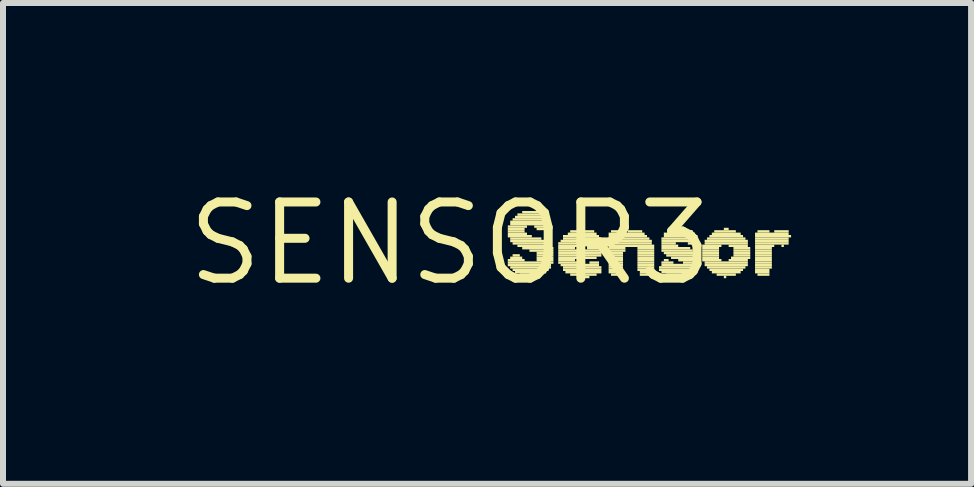
<source format=kicad_pcb>
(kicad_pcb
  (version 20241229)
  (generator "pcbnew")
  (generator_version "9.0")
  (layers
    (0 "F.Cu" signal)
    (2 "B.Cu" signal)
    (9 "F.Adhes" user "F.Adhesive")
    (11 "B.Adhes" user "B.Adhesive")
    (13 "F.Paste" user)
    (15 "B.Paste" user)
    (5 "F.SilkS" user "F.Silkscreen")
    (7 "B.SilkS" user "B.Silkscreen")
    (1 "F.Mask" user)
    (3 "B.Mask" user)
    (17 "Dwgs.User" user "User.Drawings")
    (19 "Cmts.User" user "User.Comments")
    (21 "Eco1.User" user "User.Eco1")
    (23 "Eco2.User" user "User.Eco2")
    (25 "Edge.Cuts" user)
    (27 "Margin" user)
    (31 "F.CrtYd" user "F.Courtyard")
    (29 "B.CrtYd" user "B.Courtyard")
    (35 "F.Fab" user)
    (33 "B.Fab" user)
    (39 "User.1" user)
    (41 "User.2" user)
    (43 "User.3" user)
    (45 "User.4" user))
  (footprint "SENSOR3"
    (layer "F.Cu")
    (at 4.452 1.006)
    (property "Reference" "SENSOR3" (at 0 0 0) (layer "F.SilkS") (effects (font (size 1.27 1.27) (thickness 0.15))))
    (fp_poly (pts (xy 0.96 -0.26) (xy 1.28 -0.26) (xy 1.28 -0.3) (xy 0.96 -0.3)) (stroke (width 0) (type default)) (fill yes) (layer "F.SilkS"))
    (fp_poly (pts (xy 0.96 -0.22) (xy 1.24 -0.22) (xy 1.24 -0.26) (xy 0.96 -0.26)) (stroke (width 0) (type default)) (fill yes) (layer "F.SilkS"))
    (fp_poly (pts (xy 0.96 -0.18) (xy 1.24 -0.18) (xy 1.24 -0.22) (xy 0.96 -0.22)) (stroke (width 0) (type default)) (fill yes) (layer "F.SilkS"))
    (fp_poly (pts (xy 0.96 -0.14) (xy 1.28 -0.14) (xy 1.28 -0.18) (xy 0.96 -0.18)) (stroke (width 0) (type default)) (fill yes) (layer "F.SilkS"))
    (fp_poly (pts (xy 0.96 -0.1) (xy 1.36 -0.1) (xy 1.36 -0.14) (xy 0.96 -0.14)) (stroke (width 0) (type default)) (fill yes) (layer "F.SilkS"))
    (fp_poly (pts (xy 0.96 0.3) (xy 1.24 0.3) (xy 1.24 0.26) (xy 0.96 0.26)) (stroke (width 0) (type default)) (fill yes) (layer "F.SilkS"))
    (fp_poly (pts (xy 0.96 0.34) (xy 1.72 0.34) (xy 1.72 0.3) (xy 0.96 0.3)) (stroke (width 0) (type default)) (fill yes) (layer "F.SilkS"))
    (fp_poly (pts (xy 0.96 0.38) (xy 1.68 0.38) (xy 1.68 0.34) (xy 0.96 0.34)) (stroke (width 0) (type default)) (fill yes) (layer "F.SilkS"))
    (fp_poly (pts (xy 1 -0.34) (xy 1.68 -0.34) (xy 1.68 -0.38) (xy 1 -0.38)) (stroke (width 0) (type default)) (fill yes) (layer "F.SilkS"))
    (fp_poly (pts (xy 1 -0.3) (xy 1.64 -0.3) (xy 1.64 -0.34) (xy 1 -0.34)) (stroke (width 0) (type default)) (fill yes) (layer "F.SilkS"))
    (fp_poly (pts (xy 1 -0.06) (xy 1.52 -0.06) (xy 1.52 -0.1) (xy 1 -0.1)) (stroke (width 0) (type default)) (fill yes) (layer "F.SilkS"))
    (fp_poly (pts (xy 1 -0.02) (xy 1.6 -0.02) (xy 1.6 -0.06) (xy 1 -0.06)) (stroke (width 0) (type default)) (fill yes) (layer "F.SilkS"))
    (fp_poly (pts (xy 1 0.26) (xy 1.2 0.26) (xy 1.2 0.22) (xy 1 0.22)) (stroke (width 0) (type default)) (fill yes) (layer "F.SilkS"))
    (fp_poly (pts (xy 1 0.42) (xy 1.68 0.42) (xy 1.68 0.38) (xy 1 0.38)) (stroke (width 0) (type default)) (fill yes) (layer "F.SilkS"))
    (fp_poly (pts (xy 1.04 -0.38) (xy 1.64 -0.38) (xy 1.64 -0.42) (xy 1.04 -0.42)) (stroke (width 0) (type default)) (fill yes) (layer "F.SilkS"))
    (fp_poly (pts (xy 1.04 0.02) (xy 1.68 0.02) (xy 1.68 -0.02) (xy 1.04 -0.02)) (stroke (width 0) (type default)) (fill yes) (layer "F.SilkS"))
    (fp_poly (pts (xy 1.04 0.22) (xy 1.16 0.22) (xy 1.16 0.18) (xy 1.04 0.18)) (stroke (width 0) (type default)) (fill yes) (layer "F.SilkS"))
    (fp_poly (pts (xy 1.04 0.46) (xy 1.64 0.46) (xy 1.64 0.42) (xy 1.04 0.42)) (stroke (width 0) (type default)) (fill yes) (layer "F.SilkS"))
    (fp_poly (pts (xy 1.08 -0.42) (xy 1.64 -0.42) (xy 1.64 -0.46) (xy 1.08 -0.46)) (stroke (width 0) (type default)) (fill yes) (layer "F.SilkS"))
    (fp_poly (pts (xy 1.08 0.5) (xy 1.6 0.5) (xy 1.6 0.46) (xy 1.08 0.46)) (stroke (width 0) (type default)) (fill yes) (layer "F.SilkS"))
    (fp_poly (pts (xy 1.12 -0.46) (xy 1.56 -0.46) (xy 1.56 -0.5) (xy 1.12 -0.5)) (stroke (width 0) (type default)) (fill yes) (layer "F.SilkS"))
    (fp_poly (pts (xy 1.12 0.06) (xy 1.68 0.06) (xy 1.68 0.02) (xy 1.12 0.02)) (stroke (width 0) (type default)) (fill yes) (layer "F.SilkS"))
    (fp_poly (pts (xy 1.16 0.54) (xy 1.52 0.54) (xy 1.52 0.5) (xy 1.16 0.5)) (stroke (width 0) (type default)) (fill yes) (layer "F.SilkS"))
    (fp_poly (pts (xy 1.2 -0.5) (xy 1.48 -0.5) (xy 1.48 -0.54) (xy 1.2 -0.54)) (stroke (width 0) (type default)) (fill yes) (layer "F.SilkS"))
    (fp_poly (pts (xy 1.2 0.1) (xy 1.72 0.1) (xy 1.72 0.06) (xy 1.2 0.06)) (stroke (width 0) (type default)) (fill yes) (layer "F.SilkS"))
    (fp_poly (pts (xy 1.32 0.14) (xy 1.72 0.14) (xy 1.72 0.1) (xy 1.32 0.1)) (stroke (width 0) (type default)) (fill yes) (layer "F.SilkS"))
    (fp_poly (pts (xy 1.32 0.58) (xy 1.36 0.58) (xy 1.36 0.54) (xy 1.32 0.54)) (stroke (width 0) (type default)) (fill yes) (layer "F.SilkS"))
    (fp_poly (pts (xy 1.4 -0.26) (xy 1.64 -0.26) (xy 1.64 -0.3) (xy 1.4 -0.3)) (stroke (width 0) (type default)) (fill yes) (layer "F.SilkS"))
    (fp_poly (pts (xy 1.44 -0.22) (xy 1.6 -0.22) (xy 1.6 -0.26) (xy 1.44 -0.26)) (stroke (width 0) (type default)) (fill yes) (layer "F.SilkS"))
    (fp_poly (pts (xy 1.44 0.18) (xy 1.72 0.18) (xy 1.72 0.14) (xy 1.44 0.14)) (stroke (width 0) (type default)) (fill yes) (layer "F.SilkS"))
    (fp_poly (pts (xy 1.44 0.22) (xy 1.72 0.22) (xy 1.72 0.18) (xy 1.44 0.18)) (stroke (width 0) (type default)) (fill yes) (layer "F.SilkS"))
    (fp_poly (pts (xy 1.44 0.26) (xy 1.72 0.26) (xy 1.72 0.22) (xy 1.44 0.22)) (stroke (width 0) (type default)) (fill yes) (layer "F.SilkS"))
    (fp_poly (pts (xy 1.44 0.3) (xy 1.72 0.3) (xy 1.72 0.26) (xy 1.44 0.26)) (stroke (width 0) (type default)) (fill yes) (layer "F.SilkS"))
    (fp_poly (pts (xy 1.8 0.02) (xy 2.56 0.02) (xy 2.56 -0.02) (xy 1.8 -0.02)) (stroke (width 0) (type default)) (fill yes) (layer "F.SilkS"))
    (fp_poly (pts (xy 1.8 0.06) (xy 2.12 0.06) (xy 2.12 0.02) (xy 1.8 0.02)) (stroke (width 0) (type default)) (fill yes) (layer "F.SilkS"))
    (fp_poly (pts (xy 1.8 0.1) (xy 2.08 0.1) (xy 2.08 0.06) (xy 1.8 0.06)) (stroke (width 0) (type default)) (fill yes) (layer "F.SilkS"))
    (fp_poly (pts (xy 1.8 0.14) (xy 2.56 0.14) (xy 2.56 0.1) (xy 1.8 0.1)) (stroke (width 0) (type default)) (fill yes) (layer "F.SilkS"))
    (fp_poly (pts (xy 1.8 0.18) (xy 2.52 0.18) (xy 2.52 0.14) (xy 1.8 0.14)) (stroke (width 0) (type default)) (fill yes) (layer "F.SilkS"))
    (fp_poly (pts (xy 1.8 0.22) (xy 2.52 0.22) (xy 2.52 0.18) (xy 1.8 0.18)) (stroke (width 0) (type default)) (fill yes) (layer "F.SilkS"))
    (fp_poly (pts (xy 1.8 0.26) (xy 2.44 0.26) (xy 2.44 0.22) (xy 1.8 0.22)) (stroke (width 0) (type default)) (fill yes) (layer "F.SilkS"))
    (fp_poly (pts (xy 1.8 0.3) (xy 2.08 0.3) (xy 2.08 0.26) (xy 1.8 0.26)) (stroke (width 0) (type default)) (fill yes) (layer "F.SilkS"))
    (fp_poly (pts (xy 1.8 0.34) (xy 2.16 0.34) (xy 2.16 0.3) (xy 1.8 0.3)) (stroke (width 0) (type default)) (fill yes) (layer "F.SilkS"))
    (fp_poly (pts (xy 1.84 -0.02) (xy 2.52 -0.02) (xy 2.52 -0.06) (xy 1.84 -0.06)) (stroke (width 0) (type default)) (fill yes) (layer "F.SilkS"))
    (fp_poly (pts (xy 1.84 0.38) (xy 2.48 0.38) (xy 2.48 0.34) (xy 1.84 0.34)) (stroke (width 0) (type default)) (fill yes) (layer "F.SilkS"))
    (fp_poly (pts (xy 1.88 -0.1) (xy 2.48 -0.1) (xy 2.48 -0.14) (xy 1.88 -0.14)) (stroke (width 0) (type default)) (fill yes) (layer "F.SilkS"))
    (fp_poly (pts (xy 1.88 -0.06) (xy 2.52 -0.06) (xy 2.52 -0.1) (xy 1.88 -0.1)) (stroke (width 0) (type default)) (fill yes) (layer "F.SilkS"))
    (fp_poly (pts (xy 1.88 0.42) (xy 2.52 0.42) (xy 2.52 0.38) (xy 1.88 0.38)) (stroke (width 0) (type default)) (fill yes) (layer "F.SilkS"))
    (fp_poly (pts (xy 1.88 0.46) (xy 2.52 0.46) (xy 2.52 0.42) (xy 1.88 0.42)) (stroke (width 0) (type default)) (fill yes) (layer "F.SilkS"))
    (fp_poly (pts (xy 1.92 0.5) (xy 2.52 0.5) (xy 2.52 0.46) (xy 1.92 0.46)) (stroke (width 0) (type default)) (fill yes) (layer "F.SilkS"))
    (fp_poly (pts (xy 1.96 -0.14) (xy 2.44 -0.14) (xy 2.44 -0.18) (xy 1.96 -0.18)) (stroke (width 0) (type default)) (fill yes) (layer "F.SilkS"))
    (fp_poly (pts (xy 2 -0.18) (xy 2.4 -0.18) (xy 2.4 -0.22) (xy 2 -0.22)) (stroke (width 0) (type default)) (fill yes) (layer "F.SilkS"))
    (fp_poly (pts (xy 2 0.54) (xy 2.44 0.54) (xy 2.44 0.5) (xy 2 0.5)) (stroke (width 0) (type default)) (fill yes) (layer "F.SilkS"))
    (fp_poly (pts (xy 2.12 0.58) (xy 2.32 0.58) (xy 2.32 0.54) (xy 2.12 0.54)) (stroke (width 0) (type default)) (fill yes) (layer "F.SilkS"))
    (fp_poly (pts (xy 2.16 -0.22) (xy 2.24 -0.22) (xy 2.24 -0.26) (xy 2.16 -0.26)) (stroke (width 0) (type default)) (fill yes) (layer "F.SilkS"))
    (fp_poly (pts (xy 2.28 0.06) (xy 2.56 0.06) (xy 2.56 0.02) (xy 2.28 0.02)) (stroke (width 0) (type default)) (fill yes) (layer "F.SilkS"))
    (fp_poly (pts (xy 2.28 0.1) (xy 2.56 0.1) (xy 2.56 0.06) (xy 2.28 0.06)) (stroke (width 0) (type default)) (fill yes) (layer "F.SilkS"))
    (fp_poly (pts (xy 2.32 0.34) (xy 2.48 0.34) (xy 2.48 0.3) (xy 2.32 0.3)) (stroke (width 0) (type default)) (fill yes) (layer "F.SilkS"))
    (fp_poly (pts (xy 2.64 -0.14) (xy 3.24 -0.14) (xy 3.24 -0.18) (xy 2.64 -0.18)) (stroke (width 0) (type default)) (fill yes) (layer "F.SilkS"))
    (fp_poly (pts (xy 2.64 -0.1) (xy 3.28 -0.1) (xy 3.28 -0.14) (xy 2.64 -0.14)) (stroke (width 0) (type default)) (fill yes) (layer "F.SilkS"))
    (fp_poly (pts (xy 2.64 -0.06) (xy 3.32 -0.06) (xy 3.32 -0.1) (xy 2.64 -0.1)) (stroke (width 0) (type default)) (fill yes) (layer "F.SilkS"))
    (fp_poly (pts (xy 2.64 -0.02) (xy 3.36 -0.02) (xy 3.36 -0.06) (xy 2.64 -0.06)) (stroke (width 0) (type default)) (fill yes) (layer "F.SilkS"))
    (fp_poly (pts (xy 2.64 0.02) (xy 3.36 0.02) (xy 3.36 -0.02) (xy 2.64 -0.02)) (stroke (width 0) (type default)) (fill yes) (layer "F.SilkS"))
    (fp_poly (pts (xy 2.64 0.06) (xy 3.4 0.06) (xy 3.4 0.02) (xy 2.64 0.02)) (stroke (width 0) (type default)) (fill yes) (layer "F.SilkS"))
    (fp_poly (pts (xy 2.64 0.1) (xy 2.92 0.1) (xy 2.92 0.06) (xy 2.64 0.06)) (stroke (width 0) (type default)) (fill yes) (layer "F.SilkS"))
    (fp_poly (pts (xy 2.64 0.14) (xy 2.92 0.14) (xy 2.92 0.1) (xy 2.64 0.1)) (stroke (width 0) (type default)) (fill yes) (layer "F.SilkS"))
    (fp_poly (pts (xy 2.64 0.18) (xy 2.88 0.18) (xy 2.88 0.14) (xy 2.64 0.14)) (stroke (width 0) (type default)) (fill yes) (layer "F.SilkS"))
    (fp_poly (pts (xy 2.64 0.22) (xy 2.88 0.22) (xy 2.88 0.18) (xy 2.64 0.18)) (stroke (width 0) (type default)) (fill yes) (layer "F.SilkS"))
    (fp_poly (pts (xy 2.64 0.26) (xy 2.88 0.26) (xy 2.88 0.22) (xy 2.64 0.22)) (stroke (width 0) (type default)) (fill yes) (layer "F.SilkS"))
    (fp_poly (pts (xy 2.64 0.3) (xy 2.88 0.3) (xy 2.88 0.26) (xy 2.64 0.26)) (stroke (width 0) (type default)) (fill yes) (layer "F.SilkS"))
    (fp_poly (pts (xy 2.64 0.34) (xy 2.88 0.34) (xy 2.88 0.3) (xy 2.64 0.3)) (stroke (width 0) (type default)) (fill yes) (layer "F.SilkS"))
    (fp_poly (pts (xy 2.64 0.38) (xy 2.88 0.38) (xy 2.88 0.34) (xy 2.64 0.34)) (stroke (width 0) (type default)) (fill yes) (layer "F.SilkS"))
    (fp_poly (pts (xy 2.64 0.42) (xy 2.88 0.42) (xy 2.88 0.38) (xy 2.64 0.38)) (stroke (width 0) (type default)) (fill yes) (layer "F.SilkS"))
    (fp_poly (pts (xy 2.64 0.46) (xy 2.88 0.46) (xy 2.88 0.42) (xy 2.64 0.42)) (stroke (width 0) (type default)) (fill yes) (layer "F.SilkS"))
    (fp_poly (pts (xy 2.64 0.5) (xy 2.88 0.5) (xy 2.88 0.46) (xy 2.64 0.46)) (stroke (width 0) (type default)) (fill yes) (layer "F.SilkS"))
    (fp_poly (pts (xy 2.68 -0.18) (xy 2.88 -0.18) (xy 2.88 -0.22) (xy 2.68 -0.22)) (stroke (width 0) (type default)) (fill yes) (layer "F.SilkS"))
    (fp_poly (pts (xy 2.68 0.54) (xy 2.88 0.54) (xy 2.88 0.5) (xy 2.68 0.5)) (stroke (width 0) (type default)) (fill yes) (layer "F.SilkS"))
    (fp_poly (pts (xy 2.96 -0.18) (xy 3.2 -0.18) (xy 3.2 -0.22) (xy 2.96 -0.22)) (stroke (width 0) (type default)) (fill yes) (layer "F.SilkS"))
    (fp_poly (pts (xy 3.12 0.1) (xy 3.4 0.1) (xy 3.4 0.06) (xy 3.12 0.06)) (stroke (width 0) (type default)) (fill yes) (layer "F.SilkS"))
    (fp_poly (pts (xy 3.12 0.14) (xy 3.4 0.14) (xy 3.4 0.1) (xy 3.12 0.1)) (stroke (width 0) (type default)) (fill yes) (layer "F.SilkS"))
    (fp_poly (pts (xy 3.12 0.18) (xy 3.4 0.18) (xy 3.4 0.14) (xy 3.12 0.14)) (stroke (width 0) (type default)) (fill yes) (layer "F.SilkS"))
    (fp_poly (pts (xy 3.12 0.22) (xy 3.4 0.22) (xy 3.4 0.18) (xy 3.12 0.18)) (stroke (width 0) (type default)) (fill yes) (layer "F.SilkS"))
    (fp_poly (pts (xy 3.12 0.26) (xy 3.4 0.26) (xy 3.4 0.22) (xy 3.12 0.22)) (stroke (width 0) (type default)) (fill yes) (layer "F.SilkS"))
    (fp_poly (pts (xy 3.12 0.3) (xy 3.4 0.3) (xy 3.4 0.26) (xy 3.12 0.26)) (stroke (width 0) (type default)) (fill yes) (layer "F.SilkS"))
    (fp_poly (pts (xy 3.12 0.34) (xy 3.4 0.34) (xy 3.4 0.3) (xy 3.12 0.3)) (stroke (width 0) (type default)) (fill yes) (layer "F.SilkS"))
    (fp_poly (pts (xy 3.12 0.38) (xy 3.4 0.38) (xy 3.4 0.34) (xy 3.12 0.34)) (stroke (width 0) (type default)) (fill yes) (layer "F.SilkS"))
    (fp_poly (pts (xy 3.12 0.42) (xy 3.4 0.42) (xy 3.4 0.38) (xy 3.12 0.38)) (stroke (width 0) (type default)) (fill yes) (layer "F.SilkS"))
    (fp_poly (pts (xy 3.12 0.46) (xy 3.4 0.46) (xy 3.4 0.42) (xy 3.12 0.42)) (stroke (width 0) (type default)) (fill yes) (layer "F.SilkS"))
    (fp_poly (pts (xy 3.16 0.5) (xy 3.4 0.5) (xy 3.4 0.46) (xy 3.16 0.46)) (stroke (width 0) (type default)) (fill yes) (layer "F.SilkS"))
    (fp_poly (pts (xy 3.16 0.54) (xy 3.36 0.54) (xy 3.36 0.5) (xy 3.16 0.5)) (stroke (width 0) (type default)) (fill yes) (layer "F.SilkS"))
    (fp_poly (pts (xy 3.48 0.42) (xy 4.12 0.42) (xy 4.12 0.38) (xy 3.48 0.38)) (stroke (width 0) (type default)) (fill yes) (layer "F.SilkS"))
    (fp_poly (pts (xy 3.48 0.46) (xy 4.12 0.46) (xy 4.12 0.42) (xy 3.48 0.42)) (stroke (width 0) (type default)) (fill yes) (layer "F.SilkS"))
    (fp_poly (pts (xy 3.52 -0.06) (xy 4.08 -0.06) (xy 4.08 -0.1) (xy 3.52 -0.1)) (stroke (width 0) (type default)) (fill yes) (layer "F.SilkS"))
    (fp_poly (pts (xy 3.52 -0.02) (xy 4.08 -0.02) (xy 4.08 -0.06) (xy 3.52 -0.06)) (stroke (width 0) (type default)) (fill yes) (layer "F.SilkS"))
    (fp_poly (pts (xy 3.52 0.02) (xy 3.76 0.02) (xy 3.76 -0.02) (xy 3.52 -0.02)) (stroke (width 0) (type default)) (fill yes) (layer "F.SilkS"))
    (fp_poly (pts (xy 3.52 0.06) (xy 3.8 0.06) (xy 3.8 0.02) (xy 3.52 0.02)) (stroke (width 0) (type default)) (fill yes) (layer "F.SilkS"))
    (fp_poly (pts (xy 3.52 0.1) (xy 4 0.1) (xy 4 0.06) (xy 3.52 0.06)) (stroke (width 0) (type default)) (fill yes) (layer "F.SilkS"))
    (fp_poly (pts (xy 3.52 0.14) (xy 4.04 0.14) (xy 4.04 0.1) (xy 3.52 0.1)) (stroke (width 0) (type default)) (fill yes) (layer "F.SilkS"))
    (fp_poly (pts (xy 3.52 0.34) (xy 3.72 0.34) (xy 3.72 0.3) (xy 3.52 0.3)) (stroke (width 0) (type default)) (fill yes) (layer "F.SilkS"))
    (fp_poly (pts (xy 3.52 0.38) (xy 4.12 0.38) (xy 4.12 0.34) (xy 3.52 0.34)) (stroke (width 0) (type default)) (fill yes) (layer "F.SilkS"))
    (fp_poly (pts (xy 3.52 0.5) (xy 4.08 0.5) (xy 4.08 0.46) (xy 3.52 0.46)) (stroke (width 0) (type default)) (fill yes) (layer "F.SilkS"))
    (fp_poly (pts (xy 3.56 -0.14) (xy 4.08 -0.14) (xy 4.08 -0.18) (xy 3.56 -0.18)) (stroke (width 0) (type default)) (fill yes) (layer "F.SilkS"))
    (fp_poly (pts (xy 3.56 -0.1) (xy 4.12 -0.1) (xy 4.12 -0.14) (xy 3.56 -0.14)) (stroke (width 0) (type default)) (fill yes) (layer "F.SilkS"))
    (fp_poly (pts (xy 3.56 0.18) (xy 4.08 0.18) (xy 4.08 0.14) (xy 3.56 0.14)) (stroke (width 0) (type default)) (fill yes) (layer "F.SilkS"))
    (fp_poly (pts (xy 3.56 0.3) (xy 3.64 0.3) (xy 3.64 0.26) (xy 3.56 0.26)) (stroke (width 0) (type default)) (fill yes) (layer "F.SilkS"))
    (fp_poly (pts (xy 3.6 0.22) (xy 4.12 0.22) (xy 4.12 0.18) (xy 3.6 0.18)) (stroke (width 0) (type default)) (fill yes) (layer "F.SilkS"))
    (fp_poly (pts (xy 3.6 0.54) (xy 4 0.54) (xy 4 0.5) (xy 3.6 0.5)) (stroke (width 0) (type default)) (fill yes) (layer "F.SilkS"))
    (fp_poly (pts (xy 3.64 -0.18) (xy 4.04 -0.18) (xy 4.04 -0.22) (xy 3.64 -0.22)) (stroke (width 0) (type default)) (fill yes) (layer "F.SilkS"))
    (fp_poly (pts (xy 3.68 0.26) (xy 4.12 0.26) (xy 4.12 0.22) (xy 3.68 0.22)) (stroke (width 0) (type default)) (fill yes) (layer "F.SilkS"))
    (fp_poly (pts (xy 3.76 0.58) (xy 3.8 0.58) (xy 3.8 0.54) (xy 3.76 0.54)) (stroke (width 0) (type default)) (fill yes) (layer "F.SilkS"))
    (fp_poly (pts (xy 3.8 -0.22) (xy 3.84 -0.22) (xy 3.84 -0.26) (xy 3.8 -0.26)) (stroke (width 0) (type default)) (fill yes) (layer "F.SilkS"))
    (fp_poly (pts (xy 3.8 0.3) (xy 4.12 0.3) (xy 4.12 0.26) (xy 3.8 0.26)) (stroke (width 0) (type default)) (fill yes) (layer "F.SilkS"))
    (fp_poly (pts (xy 3.88 0.34) (xy 4.12 0.34) (xy 4.12 0.3) (xy 3.88 0.3)) (stroke (width 0) (type default)) (fill yes) (layer "F.SilkS"))
    (fp_poly (pts (xy 3.96 0.02) (xy 4.04 0.02) (xy 4.04 -0.02) (xy 3.96 -0.02)) (stroke (width 0) (type default)) (fill yes) (layer "F.SilkS"))
    (fp_poly (pts (xy 4.2 0.06) (xy 4.52 0.06) (xy 4.52 0.02) (xy 4.2 0.02)) (stroke (width 0) (type default)) (fill yes) (layer "F.SilkS"))
    (fp_poly (pts (xy 4.2 0.1) (xy 4.48 0.1) (xy 4.48 0.06) (xy 4.2 0.06)) (stroke (width 0) (type default)) (fill yes) (layer "F.SilkS"))
    (fp_poly (pts (xy 4.2 0.14) (xy 4.48 0.14) (xy 4.48 0.1) (xy 4.2 0.1)) (stroke (width 0) (type default)) (fill yes) (layer "F.SilkS"))
    (fp_poly (pts (xy 4.2 0.18) (xy 4.48 0.18) (xy 4.48 0.14) (xy 4.2 0.14)) (stroke (width 0) (type default)) (fill yes) (layer "F.SilkS"))
    (fp_poly (pts (xy 4.2 0.22) (xy 4.48 0.22) (xy 4.48 0.18) (xy 4.2 0.18)) (stroke (width 0) (type default)) (fill yes) (layer "F.SilkS"))
    (fp_poly (pts (xy 4.2 0.26) (xy 4.48 0.26) (xy 4.48 0.22) (xy 4.2 0.22)) (stroke (width 0) (type default)) (fill yes) (layer "F.SilkS"))
    (fp_poly (pts (xy 4.2 0.3) (xy 4.52 0.3) (xy 4.52 0.26) (xy 4.2 0.26)) (stroke (width 0) (type default)) (fill yes) (layer "F.SilkS"))
    (fp_poly (pts (xy 4.24 -0.02) (xy 4.96 -0.02) (xy 4.96 -0.06) (xy 4.24 -0.06)) (stroke (width 0) (type default)) (fill yes) (layer "F.SilkS"))
    (fp_poly (pts (xy 4.24 0.02) (xy 4.96 0.02) (xy 4.96 -0.02) (xy 4.24 -0.02)) (stroke (width 0) (type default)) (fill yes) (layer "F.SilkS"))
    (fp_poly (pts (xy 4.24 0.34) (xy 4.96 0.34) (xy 4.96 0.3) (xy 4.24 0.3)) (stroke (width 0) (type default)) (fill yes) (layer "F.SilkS"))
    (fp_poly (pts (xy 4.24 0.38) (xy 4.96 0.38) (xy 4.96 0.34) (xy 4.24 0.34)) (stroke (width 0) (type default)) (fill yes) (layer "F.SilkS"))
    (fp_poly (pts (xy 4.28 -0.06) (xy 4.92 -0.06) (xy 4.92 -0.1) (xy 4.28 -0.1)) (stroke (width 0) (type default)) (fill yes) (layer "F.SilkS"))
    (fp_poly (pts (xy 4.28 0.42) (xy 4.92 0.42) (xy 4.92 0.38) (xy 4.28 0.38)) (stroke (width 0) (type default)) (fill yes) (layer "F.SilkS"))
    (fp_poly (pts (xy 4.32 -0.1) (xy 4.88 -0.1) (xy 4.88 -0.14) (xy 4.32 -0.14)) (stroke (width 0) (type default)) (fill yes) (layer "F.SilkS"))
    (fp_poly (pts (xy 4.32 0.46) (xy 4.88 0.46) (xy 4.88 0.42) (xy 4.32 0.42)) (stroke (width 0) (type default)) (fill yes) (layer "F.SilkS"))
    (fp_poly (pts (xy 4.36 -0.14) (xy 4.84 -0.14) (xy 4.84 -0.18) (xy 4.36 -0.18)) (stroke (width 0) (type default)) (fill yes) (layer "F.SilkS"))
    (fp_poly (pts (xy 4.36 0.5) (xy 4.84 0.5) (xy 4.84 0.46) (xy 4.36 0.46)) (stroke (width 0) (type default)) (fill yes) (layer "F.SilkS"))
    (fp_poly (pts (xy 4.4 -0.18) (xy 4.76 -0.18) (xy 4.76 -0.22) (xy 4.4 -0.22)) (stroke (width 0) (type default)) (fill yes) (layer "F.SilkS"))
    (fp_poly (pts (xy 4.44 0.54) (xy 4.76 0.54) (xy 4.76 0.5) (xy 4.44 0.5)) (stroke (width 0) (type default)) (fill yes) (layer "F.SilkS"))
    (fp_poly (pts (xy 4.56 -0.22) (xy 4.64 -0.22) (xy 4.64 -0.26) (xy 4.56 -0.26)) (stroke (width 0) (type default)) (fill yes) (layer "F.SilkS"))
    (fp_poly (pts (xy 4.56 0.58) (xy 4.6 0.58) (xy 4.6 0.54) (xy 4.56 0.54)) (stroke (width 0) (type default)) (fill yes) (layer "F.SilkS"))
    (fp_poly (pts (xy 4.64 0.06) (xy 4.96 0.06) (xy 4.96 0.02) (xy 4.64 0.02)) (stroke (width 0) (type default)) (fill yes) (layer "F.SilkS"))
    (fp_poly (pts (xy 4.64 0.3) (xy 4.96 0.3) (xy 4.96 0.26) (xy 4.64 0.26)) (stroke (width 0) (type default)) (fill yes) (layer "F.SilkS"))
    (fp_poly (pts (xy 4.68 0.26) (xy 5 0.26) (xy 5 0.22) (xy 4.68 0.22)) (stroke (width 0) (type default)) (fill yes) (layer "F.SilkS"))
    (fp_poly (pts (xy 4.72 0.1) (xy 5 0.1) (xy 5 0.06) (xy 4.72 0.06)) (stroke (width 0) (type default)) (fill yes) (layer "F.SilkS"))
    (fp_poly (pts (xy 4.72 0.14) (xy 5 0.14) (xy 5 0.1) (xy 4.72 0.1)) (stroke (width 0) (type default)) (fill yes) (layer "F.SilkS"))
    (fp_poly (pts (xy 4.72 0.18) (xy 5 0.18) (xy 5 0.14) (xy 4.72 0.14)) (stroke (width 0) (type default)) (fill yes) (layer "F.SilkS"))
    (fp_poly (pts (xy 4.72 0.22) (xy 5 0.22) (xy 5 0.18) (xy 4.72 0.18)) (stroke (width 0) (type default)) (fill yes) (layer "F.SilkS"))
    (fp_poly (pts (xy 5.08 -0.14) (xy 5.64 -0.14) (xy 5.64 -0.18) (xy 5.08 -0.18)) (stroke (width 0) (type default)) (fill yes) (layer "F.SilkS"))
    (fp_poly (pts (xy 5.08 -0.1) (xy 5.68 -0.1) (xy 5.68 -0.14) (xy 5.08 -0.14)) (stroke (width 0) (type default)) (fill yes) (layer "F.SilkS"))
    (fp_poly (pts (xy 5.08 -0.06) (xy 5.64 -0.06) (xy 5.64 -0.1) (xy 5.08 -0.1)) (stroke (width 0) (type default)) (fill yes) (layer "F.SilkS"))
    (fp_poly (pts (xy 5.08 -0.02) (xy 5.64 -0.02) (xy 5.64 -0.06) (xy 5.08 -0.06)) (stroke (width 0) (type default)) (fill yes) (layer "F.SilkS"))
    (fp_poly (pts (xy 5.08 0.02) (xy 5.64 0.02) (xy 5.64 -0.02) (xy 5.08 -0.02)) (stroke (width 0) (type default)) (fill yes) (layer "F.SilkS"))
    (fp_poly (pts (xy 5.08 0.06) (xy 5.4 0.06) (xy 5.4 0.02) (xy 5.08 0.02)) (stroke (width 0) (type default)) (fill yes) (layer "F.SilkS"))
    (fp_poly (pts (xy 5.08 0.1) (xy 5.36 0.1) (xy 5.36 0.06) (xy 5.08 0.06)) (stroke (width 0) (type default)) (fill yes) (layer "F.SilkS"))
    (fp_poly (pts (xy 5.08 0.14) (xy 5.36 0.14) (xy 5.36 0.1) (xy 5.08 0.1)) (stroke (width 0) (type default)) (fill yes) (layer "F.SilkS"))
    (fp_poly (pts (xy 5.08 0.18) (xy 5.36 0.18) (xy 5.36 0.14) (xy 5.08 0.14)) (stroke (width 0) (type default)) (fill yes) (layer "F.SilkS"))
    (fp_poly (pts (xy 5.08 0.22) (xy 5.36 0.22) (xy 5.36 0.18) (xy 5.08 0.18)) (stroke (width 0) (type default)) (fill yes) (layer "F.SilkS"))
    (fp_poly (pts (xy 5.08 0.26) (xy 5.36 0.26) (xy 5.36 0.22) (xy 5.08 0.22)) (stroke (width 0) (type default)) (fill yes) (layer "F.SilkS"))
    (fp_poly (pts (xy 5.08 0.3) (xy 5.36 0.3) (xy 5.36 0.26) (xy 5.08 0.26)) (stroke (width 0) (type default)) (fill yes) (layer "F.SilkS"))
    (fp_poly (pts (xy 5.08 0.34) (xy 5.36 0.34) (xy 5.36 0.3) (xy 5.08 0.3)) (stroke (width 0) (type default)) (fill yes) (layer "F.SilkS"))
    (fp_poly (pts (xy 5.08 0.38) (xy 5.36 0.38) (xy 5.36 0.34) (xy 5.08 0.34)) (stroke (width 0) (type default)) (fill yes) (layer "F.SilkS"))
    (fp_poly (pts (xy 5.08 0.42) (xy 5.36 0.42) (xy 5.36 0.38) (xy 5.08 0.38)) (stroke (width 0) (type default)) (fill yes) (layer "F.SilkS"))
    (fp_poly (pts (xy 5.08 0.46) (xy 5.32 0.46) (xy 5.32 0.42) (xy 5.08 0.42)) (stroke (width 0) (type default)) (fill yes) (layer "F.SilkS"))
    (fp_poly (pts (xy 5.08 0.5) (xy 5.32 0.5) (xy 5.32 0.46) (xy 5.08 0.46)) (stroke (width 0) (type default)) (fill yes) (layer "F.SilkS"))
    (fp_poly (pts (xy 5.12 -0.18) (xy 5.32 -0.18) (xy 5.32 -0.22) (xy 5.12 -0.22)) (stroke (width 0) (type default)) (fill yes) (layer "F.SilkS"))
    (fp_poly (pts (xy 5.12 0.54) (xy 5.32 0.54) (xy 5.32 0.5) (xy 5.12 0.5)) (stroke (width 0) (type default)) (fill yes) (layer "F.SilkS"))
    (fp_poly (pts (xy 5.4 -0.18) (xy 5.64 -0.18) (xy 5.64 -0.22) (xy 5.4 -0.22)) (stroke (width 0) (type default)) (fill yes) (layer "F.SilkS"))
    (fp_poly (pts (xy 5.52 0.06) (xy 5.56 0.06) (xy 5.56 0.02) (xy 5.52 0.02)) (stroke (width 0) (type default)) (fill yes) (layer "F.SilkS")))
  (gr_rect
    (start -3 -3)
    (end 13.132 5.012)
    (stroke (width 0.1) (type default))
    (fill no)
    (layer "Edge.Cuts")))
</source>
